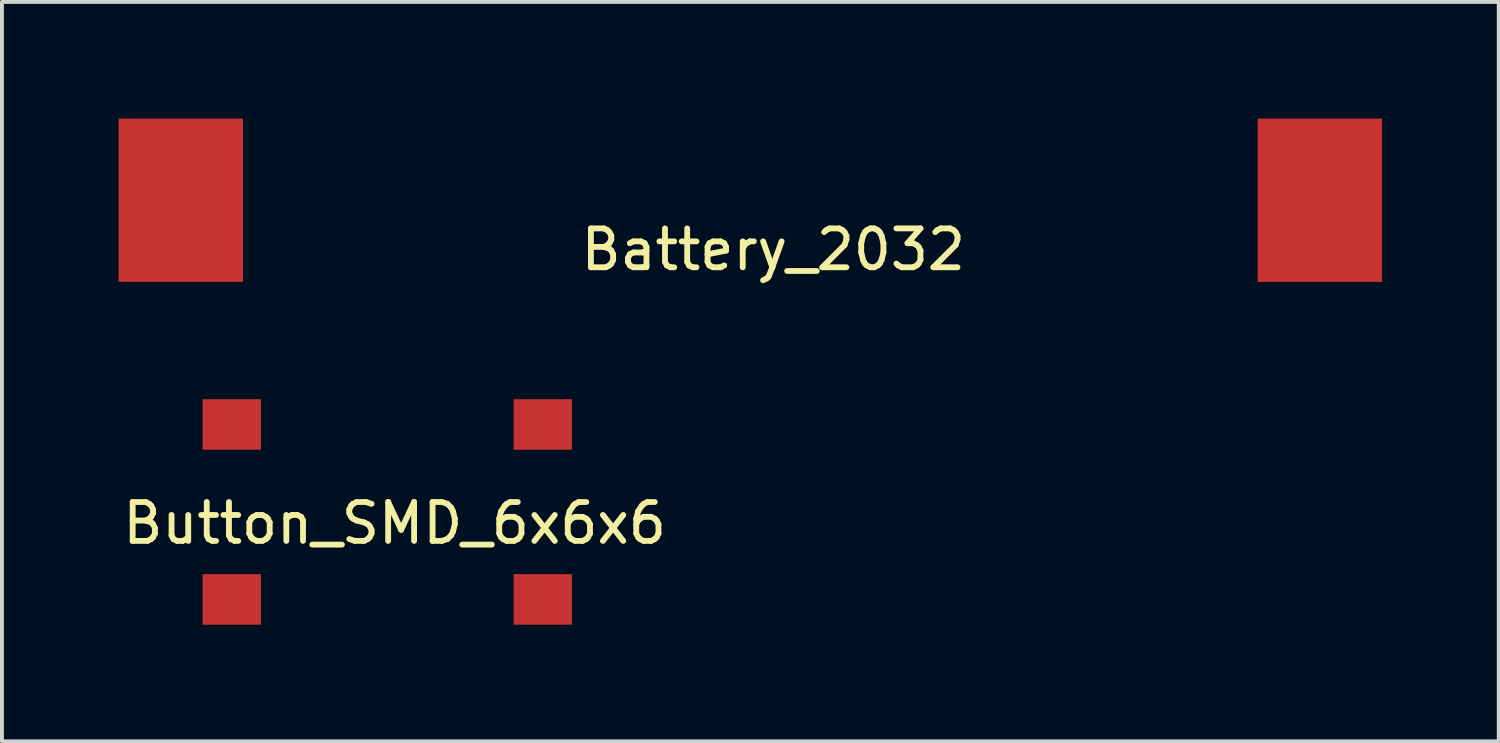
<source format=kicad_pcb>
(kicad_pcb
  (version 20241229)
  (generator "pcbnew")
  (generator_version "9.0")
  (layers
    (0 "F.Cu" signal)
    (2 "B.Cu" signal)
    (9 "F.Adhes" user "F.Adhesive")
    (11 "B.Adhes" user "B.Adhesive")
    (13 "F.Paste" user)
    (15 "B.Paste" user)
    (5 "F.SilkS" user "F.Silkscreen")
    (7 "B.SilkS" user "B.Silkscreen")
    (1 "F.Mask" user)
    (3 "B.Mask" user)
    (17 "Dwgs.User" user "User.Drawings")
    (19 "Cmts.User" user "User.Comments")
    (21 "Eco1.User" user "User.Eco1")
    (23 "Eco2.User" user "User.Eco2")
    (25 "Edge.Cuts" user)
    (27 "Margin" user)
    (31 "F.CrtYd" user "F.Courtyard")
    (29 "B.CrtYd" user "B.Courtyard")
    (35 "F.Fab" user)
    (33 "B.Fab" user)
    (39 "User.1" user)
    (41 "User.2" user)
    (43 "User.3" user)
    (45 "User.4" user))
  (footprint "Button_SMD_6x6x6"
    (layer "F.Cu")
    (at 6.721 9.828)
    (property "Reference" "Button_SMD_6x6x6" (at 0.38 0.58 0) (layer "F.SilkS") (effects (font (size 1 1) (thickness 0.15))))
    (attr through_hole)
    (pad "1" smd rect (at -3.81 -1.96) (size 1.5 1.3) (layers "F.Cu" "F.Mask" "F.Paste"))
    (pad "2" smd rect (at 4.19 -1.96) (size 1.5 1.3) (layers "F.Cu" "F.Mask" "F.Paste"))
    (pad "3" smd rect (at -3.81 2.54) (size 1.5 1.3) (layers "F.Cu" "F.Mask" "F.Paste"))
    (pad "4" smd rect (at 4.19 2.54) (size 1.5 1.3) (layers "F.Cu" "F.Mask" "F.Paste")))
  (footprint "Battery_2032"
    (layer "F.Cu")
    (at 1.6 2.1)
    (property "Reference" "Battery_2032" (at 15.24 1.27 0) (layer "F.SilkS") (effects (font (size 1 1) (thickness 0.15))))
    (attr through_hole)
    (pad "1" smd rect (at 0 0) (size 3.2 4.2) (layers "F.Cu" "F.Mask" "F.Paste"))
    (pad "2" smd rect (at 29.3 0) (size 3.2 4.2) (layers "F.Cu" "F.Mask" "F.Paste")))
  (gr_rect
    (start -3 -3)
    (end 35.5 16.018)
    (stroke (width 0.1) (type default))
    (fill no)
    (layer "Edge.Cuts")))
</source>
